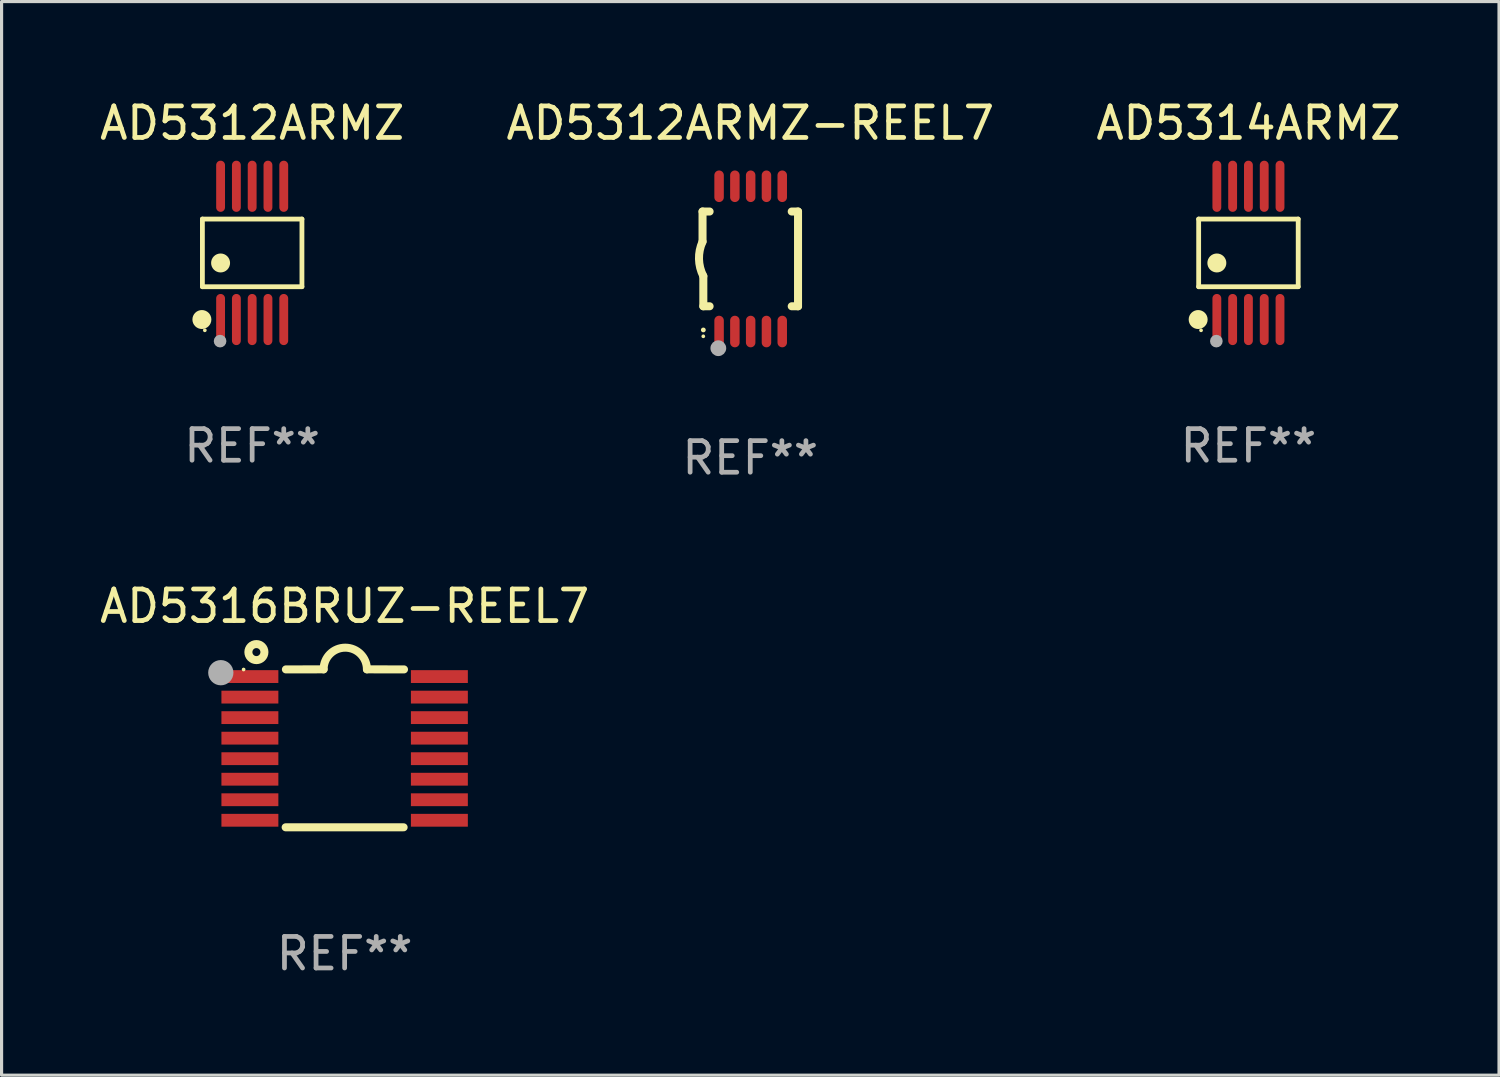
<source format=kicad_pcb>
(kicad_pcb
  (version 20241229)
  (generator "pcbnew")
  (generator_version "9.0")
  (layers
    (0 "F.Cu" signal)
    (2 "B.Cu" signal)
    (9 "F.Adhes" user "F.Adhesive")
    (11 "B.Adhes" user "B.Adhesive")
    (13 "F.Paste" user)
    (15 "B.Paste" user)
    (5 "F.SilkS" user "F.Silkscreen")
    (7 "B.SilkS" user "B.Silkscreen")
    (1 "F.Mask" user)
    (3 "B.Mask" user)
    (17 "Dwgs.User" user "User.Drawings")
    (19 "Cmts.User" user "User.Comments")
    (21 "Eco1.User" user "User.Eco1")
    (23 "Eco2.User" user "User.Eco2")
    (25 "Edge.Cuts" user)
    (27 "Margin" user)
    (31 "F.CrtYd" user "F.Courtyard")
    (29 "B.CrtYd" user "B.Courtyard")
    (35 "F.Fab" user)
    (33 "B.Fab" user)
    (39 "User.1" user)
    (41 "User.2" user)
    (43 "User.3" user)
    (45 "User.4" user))
  (footprint "AD5314ARMZ"
    (layer "F.Cu")
    (at 36.482 4.958)
    (property "Reference" "AD5314ARMZ" (at 0 -4.11 0) (layer "F.SilkS") (effects (font (size 1 1) (thickness 0.15))))
    (attr through_hole)
    (fp_line (start -1.576 -1.071) (end 1.576 -1.071) (stroke (width 0.152) (type solid)) (layer "F.SilkS"))
    (fp_line (start -1.576 1.071) (end -1.576 -1.071) (stroke (width 0.152) (type solid)) (layer "F.SilkS"))
    (fp_line (start 1.576 -1.071) (end 1.576 1.071) (stroke (width 0.152) (type solid)) (layer "F.SilkS"))
    (fp_line (start 1.576 1.071) (end -1.576 1.071) (stroke (width 0.152) (type solid)) (layer "F.SilkS"))
    (fp_circle (center -1.592 2.11) (end -1.442 2.11) (stroke (width 0.3) (type solid)) (fill no) (layer "F.SilkS"))
    (fp_circle (center -1.5 2.45) (end -1.47 2.45) (stroke (width 0.06) (type solid)) (fill no) (layer "F.SilkS"))
    (fp_circle (center -1 0.319) (end -0.85 0.319) (stroke (width 0.3) (type solid)) (fill no) (layer "F.SilkS"))
    (fp_circle (center -1.016 2.794) (end -0.916 2.794) (stroke (width 0.2) (type solid)) (fill no) (layer "F.Fab"))
    (fp_text user "REF**" (at 0 6.11 0) (layer "F.Fab") (effects (font (size 1 1) (thickness 0.15))))
    (pad "1" smd oval (at -1 2.11) (size 0.28 1.62) (layers "F.Cu" "F.Mask" "F.Paste"))
    (pad "2" smd oval (at -0.5 2.11) (size 0.28 1.62) (layers "F.Cu" "F.Mask" "F.Paste"))
    (pad "3" smd oval (at 0 2.11) (size 0.28 1.62) (layers "F.Cu" "F.Mask" "F.Paste"))
    (pad "4" smd oval (at 0.5 2.11) (size 0.28 1.62) (layers "F.Cu" "F.Mask" "F.Paste"))
    (pad "5" smd oval (at 1 2.11) (size 0.28 1.62) (layers "F.Cu" "F.Mask" "F.Paste"))
    (pad "6" smd oval (at 1 -2.11) (size 0.28 1.62) (layers "F.Cu" "F.Mask" "F.Paste"))
    (pad "7" smd oval (at 0.5 -2.11) (size 0.28 1.62) (layers "F.Cu" "F.Mask" "F.Paste"))
    (pad "8" smd oval (at 0 -2.11) (size 0.28 1.62) (layers "F.Cu" "F.Mask" "F.Paste"))
    (pad "9" smd oval (at -0.5 -2.11) (size 0.28 1.62) (layers "F.Cu" "F.Mask" "F.Paste"))
    (pad "10" smd oval (at -1 -2.11) (size 0.28 1.62) (layers "F.Cu" "F.Mask" "F.Paste")))
  (footprint "AD5316BRUZ-REEL7"
    (layer "F.Cu")
    (at 7.863 20.646)
    (property "Reference" "AD5316BRUZ-REEL7" (at 0 -4.501 0) (layer "F.SilkS") (effects (font (size 1 1) (thickness 0.15))))
    (attr through_hole)
    (fp_line (start -1.868 2.501) (end 1.868 2.501) (stroke (width 0.254) (type solid)) (layer "F.SilkS"))
    (fp_line (start -1.86 -2.499) (end -0.666 -2.501) (stroke (width 0.254) (type solid)) (layer "F.SilkS"))
    (fp_line (start 0.706 -2.501) (end 1.88 -2.499) (stroke (width 0.254) (type solid)) (layer "F.SilkS"))
    (fp_arc (start -0.665914 -2.501448) (mid 0.019888 -3.18725) (end 0.70569 -2.501448) (stroke (width 0.254001) (type solid)) (layer "F.SilkS"))
    (fp_circle (center -3.2 -2.497) (end -3.17 -2.497) (stroke (width 0.06) (type solid)) (fill no) (layer "F.SilkS"))
    (fp_circle (center -2.794 -3.047) (end -2.54 -3.047) (stroke (width 0.254) (type solid)) (fill no) (layer "F.SilkS"))
    (fp_circle (center -3.921 -2.395) (end -3.721 -2.395) (stroke (width 0.4) (type solid)) (fill no) (layer "F.Fab"))
    (fp_text user "REF**" (at 0 6.501 0) (layer "F.Fab") (effects (font (size 1 1) (thickness 0.15))))
    (pad "1" smd rect (at -3 -2.272) (size 1.803 0.406) (layers "F.Cu" "F.Mask" "F.Paste"))
    (pad "2" smd rect (at -3 -1.622) (size 1.803 0.406) (layers "F.Cu" "F.Mask" "F.Paste"))
    (pad "3" smd rect (at -3 -0.972) (size 1.803 0.406) (layers "F.Cu" "F.Mask" "F.Paste"))
    (pad "4" smd rect (at -3 -0.322) (size 1.803 0.406) (layers "F.Cu" "F.Mask" "F.Paste"))
    (pad "5" smd rect (at -3 0.328) (size 1.803 0.406) (layers "F.Cu" "F.Mask" "F.Paste"))
    (pad "6" smd rect (at -3 0.978) (size 1.803 0.406) (layers "F.Cu" "F.Mask" "F.Paste"))
    (pad "7" smd rect (at -3 1.628) (size 1.803 0.406) (layers "F.Cu" "F.Mask" "F.Paste"))
    (pad "8" smd rect (at -3 2.278) (size 1.803 0.406) (layers "F.Cu" "F.Mask" "F.Paste"))
    (pad "9" smd rect (at 3 2.278) (size 1.803 0.406) (layers "F.Cu" "F.Mask" "F.Paste"))
    (pad "10" smd rect (at 3 1.628) (size 1.803 0.406) (layers "F.Cu" "F.Mask" "F.Paste"))
    (pad "11" smd rect (at 3 0.978) (size 1.803 0.406) (layers "F.Cu" "F.Mask" "F.Paste"))
    (pad "12" smd rect (at 3 0.328) (size 1.803 0.406) (layers "F.Cu" "F.Mask" "F.Paste"))
    (pad "13" smd rect (at 3 -0.322) (size 1.803 0.406) (layers "F.Cu" "F.Mask" "F.Paste"))
    (pad "14" smd rect (at 3 -0.972) (size 1.803 0.406) (layers "F.Cu" "F.Mask" "F.Paste"))
    (pad "15" smd rect (at 3 -1.622) (size 1.803 0.406) (layers "F.Cu" "F.Mask" "F.Paste"))
    (pad "16" smd rect (at 3 -2.272) (size 1.803 0.406) (layers "F.Cu" "F.Mask" "F.Paste")))
  (footprint "AD5312ARMZ"
    (layer "F.Cu")
    (at 4.935 4.958)
    (property "Reference" "AD5312ARMZ" (at 0 -4.11 0) (layer "F.SilkS") (effects (font (size 1 1) (thickness 0.15))))
    (attr through_hole)
    (fp_line (start -1.576 -1.071) (end 1.576 -1.071) (stroke (width 0.152) (type solid)) (layer "F.SilkS"))
    (fp_line (start -1.576 1.071) (end -1.576 -1.071) (stroke (width 0.152) (type solid)) (layer "F.SilkS"))
    (fp_line (start 1.576 -1.071) (end 1.576 1.071) (stroke (width 0.152) (type solid)) (layer "F.SilkS"))
    (fp_line (start 1.576 1.071) (end -1.576 1.071) (stroke (width 0.152) (type solid)) (layer "F.SilkS"))
    (fp_circle (center -1.592 2.11) (end -1.442 2.11) (stroke (width 0.3) (type solid)) (fill no) (layer "F.SilkS"))
    (fp_circle (center -1.5 2.45) (end -1.47 2.45) (stroke (width 0.06) (type solid)) (fill no) (layer "F.SilkS"))
    (fp_circle (center -1 0.319) (end -0.85 0.319) (stroke (width 0.3) (type solid)) (fill no) (layer "F.SilkS"))
    (fp_circle (center -1.016 2.794) (end -0.916 2.794) (stroke (width 0.2) (type solid)) (fill no) (layer "F.Fab"))
    (fp_text user "REF**" (at 0 6.11 0) (layer "F.Fab") (effects (font (size 1 1) (thickness 0.15))))
    (pad "1" smd oval (at -1 2.11) (size 0.28 1.62) (layers "F.Cu" "F.Mask" "F.Paste"))
    (pad "2" smd oval (at -0.5 2.11) (size 0.28 1.62) (layers "F.Cu" "F.Mask" "F.Paste"))
    (pad "3" smd oval (at 0 2.11) (size 0.28 1.62) (layers "F.Cu" "F.Mask" "F.Paste"))
    (pad "4" smd oval (at 0.5 2.11) (size 0.28 1.62) (layers "F.Cu" "F.Mask" "F.Paste"))
    (pad "5" smd oval (at 1 2.11) (size 0.28 1.62) (layers "F.Cu" "F.Mask" "F.Paste"))
    (pad "6" smd oval (at 1 -2.11) (size 0.28 1.62) (layers "F.Cu" "F.Mask" "F.Paste"))
    (pad "7" smd oval (at 0.5 -2.11) (size 0.28 1.62) (layers "F.Cu" "F.Mask" "F.Paste"))
    (pad "8" smd oval (at 0 -2.11) (size 0.28 1.62) (layers "F.Cu" "F.Mask" "F.Paste"))
    (pad "9" smd oval (at -0.5 -2.11) (size 0.28 1.62) (layers "F.Cu" "F.Mask" "F.Paste"))
    (pad "10" smd oval (at -1 -2.11) (size 0.28 1.62) (layers "F.Cu" "F.Mask" "F.Paste")))
  (footprint "AD5312ARMZ-REEL7"
    (layer "F.Cu")
    (at 20.708 5.148)
    (property "Reference" "AD5312ARMZ-REEL7" (at 0 -4.3 0) (layer "F.SilkS") (effects (font (size 1 1) (thickness 0.15))))
    (attr through_hole)
    (fp_line (start -1.512 -1.5) (end -1.512 -0.546) (stroke (width 0.254) (type solid)) (layer "F.SilkS"))
    (fp_line (start -1.487 0.546) (end -1.487 1.5) (stroke (width 0.254) (type solid)) (layer "F.SilkS"))
    (fp_line (start -1.288 -1.5) (end -1.512 -1.5) (stroke (width 0.254) (type solid)) (layer "F.SilkS"))
    (fp_line (start -1.288 1.5) (end -1.487 1.5) (stroke (width 0.254) (type solid)) (layer "F.SilkS"))
    (fp_line (start 1.512 -1.5) (end 1.312 -1.5) (stroke (width 0.254) (type solid)) (layer "F.SilkS"))
    (fp_line (start 1.512 -1.5) (end 1.512 1.5) (stroke (width 0.254) (type solid)) (layer "F.SilkS"))
    (fp_line (start 1.512 1.5) (end 1.312 1.5) (stroke (width 0.254) (type solid)) (layer "F.SilkS"))
    (fp_arc (start -1.487998 2.250013) (mid -1.486728 2.250007) (end -1.485458 2.250013) (stroke (width 0.150013) (type solid)) (layer "F.SilkS"))
    (fp_arc (start -1.486602 0.546102) (mid -1.624196 0.002905) (end -1.512002 -0.546101) (stroke (width 0.254001) (type solid)) (layer "F.SilkS"))
    (fp_circle (center -1.488 2.45) (end -1.458 2.45) (stroke (width 0.06) (type solid)) (fill no) (layer "F.SilkS"))
    (fp_circle (center -1.012 2.828) (end -0.887 2.828) (stroke (width 0.25) (type solid)) (fill no) (layer "F.Fab"))
    (fp_text user "REF**" (at 0 6.3 0) (layer "F.Fab") (effects (font (size 1 1) (thickness 0.15))))
    (pad "1" smd oval (at -0.988 2.3) (size 0.3 1) (layers "F.Cu" "F.Mask" "F.Paste"))
    (pad "2" smd oval (at -0.488 2.3) (size 0.3 1) (layers "F.Cu" "F.Mask" "F.Paste"))
    (pad "3" smd oval (at 0.012 2.3) (size 0.3 1) (layers "F.Cu" "F.Mask" "F.Paste"))
    (pad "4" smd oval (at 0.512 2.3) (size 0.3 1) (layers "F.Cu" "F.Mask" "F.Paste"))
    (pad "5" smd oval (at 1.012 2.3) (size 0.3 1) (layers "F.Cu" "F.Mask" "F.Paste"))
    (pad "6" smd oval (at 1.012 -2.3) (size 0.3 1) (layers "F.Cu" "F.Mask" "F.Paste"))
    (pad "7" smd oval (at 0.512 -2.3) (size 0.3 1) (layers "F.Cu" "F.Mask" "F.Paste"))
    (pad "8" smd oval (at 0.012 -2.3) (size 0.3 1) (layers "F.Cu" "F.Mask" "F.Paste"))
    (pad "9" smd oval (at -0.488 -2.3) (size 0.3 1) (layers "F.Cu" "F.Mask" "F.Paste"))
    (pad "10" smd oval (at -0.988 -2.3) (size 0.3 1) (layers "F.Cu" "F.Mask" "F.Paste")))
  (gr_rect
    (start -3 -3)
    (end 44.417 30.996)
    (stroke (width 0.1) (type default))
    (fill no)
    (layer "Edge.Cuts")))
</source>
